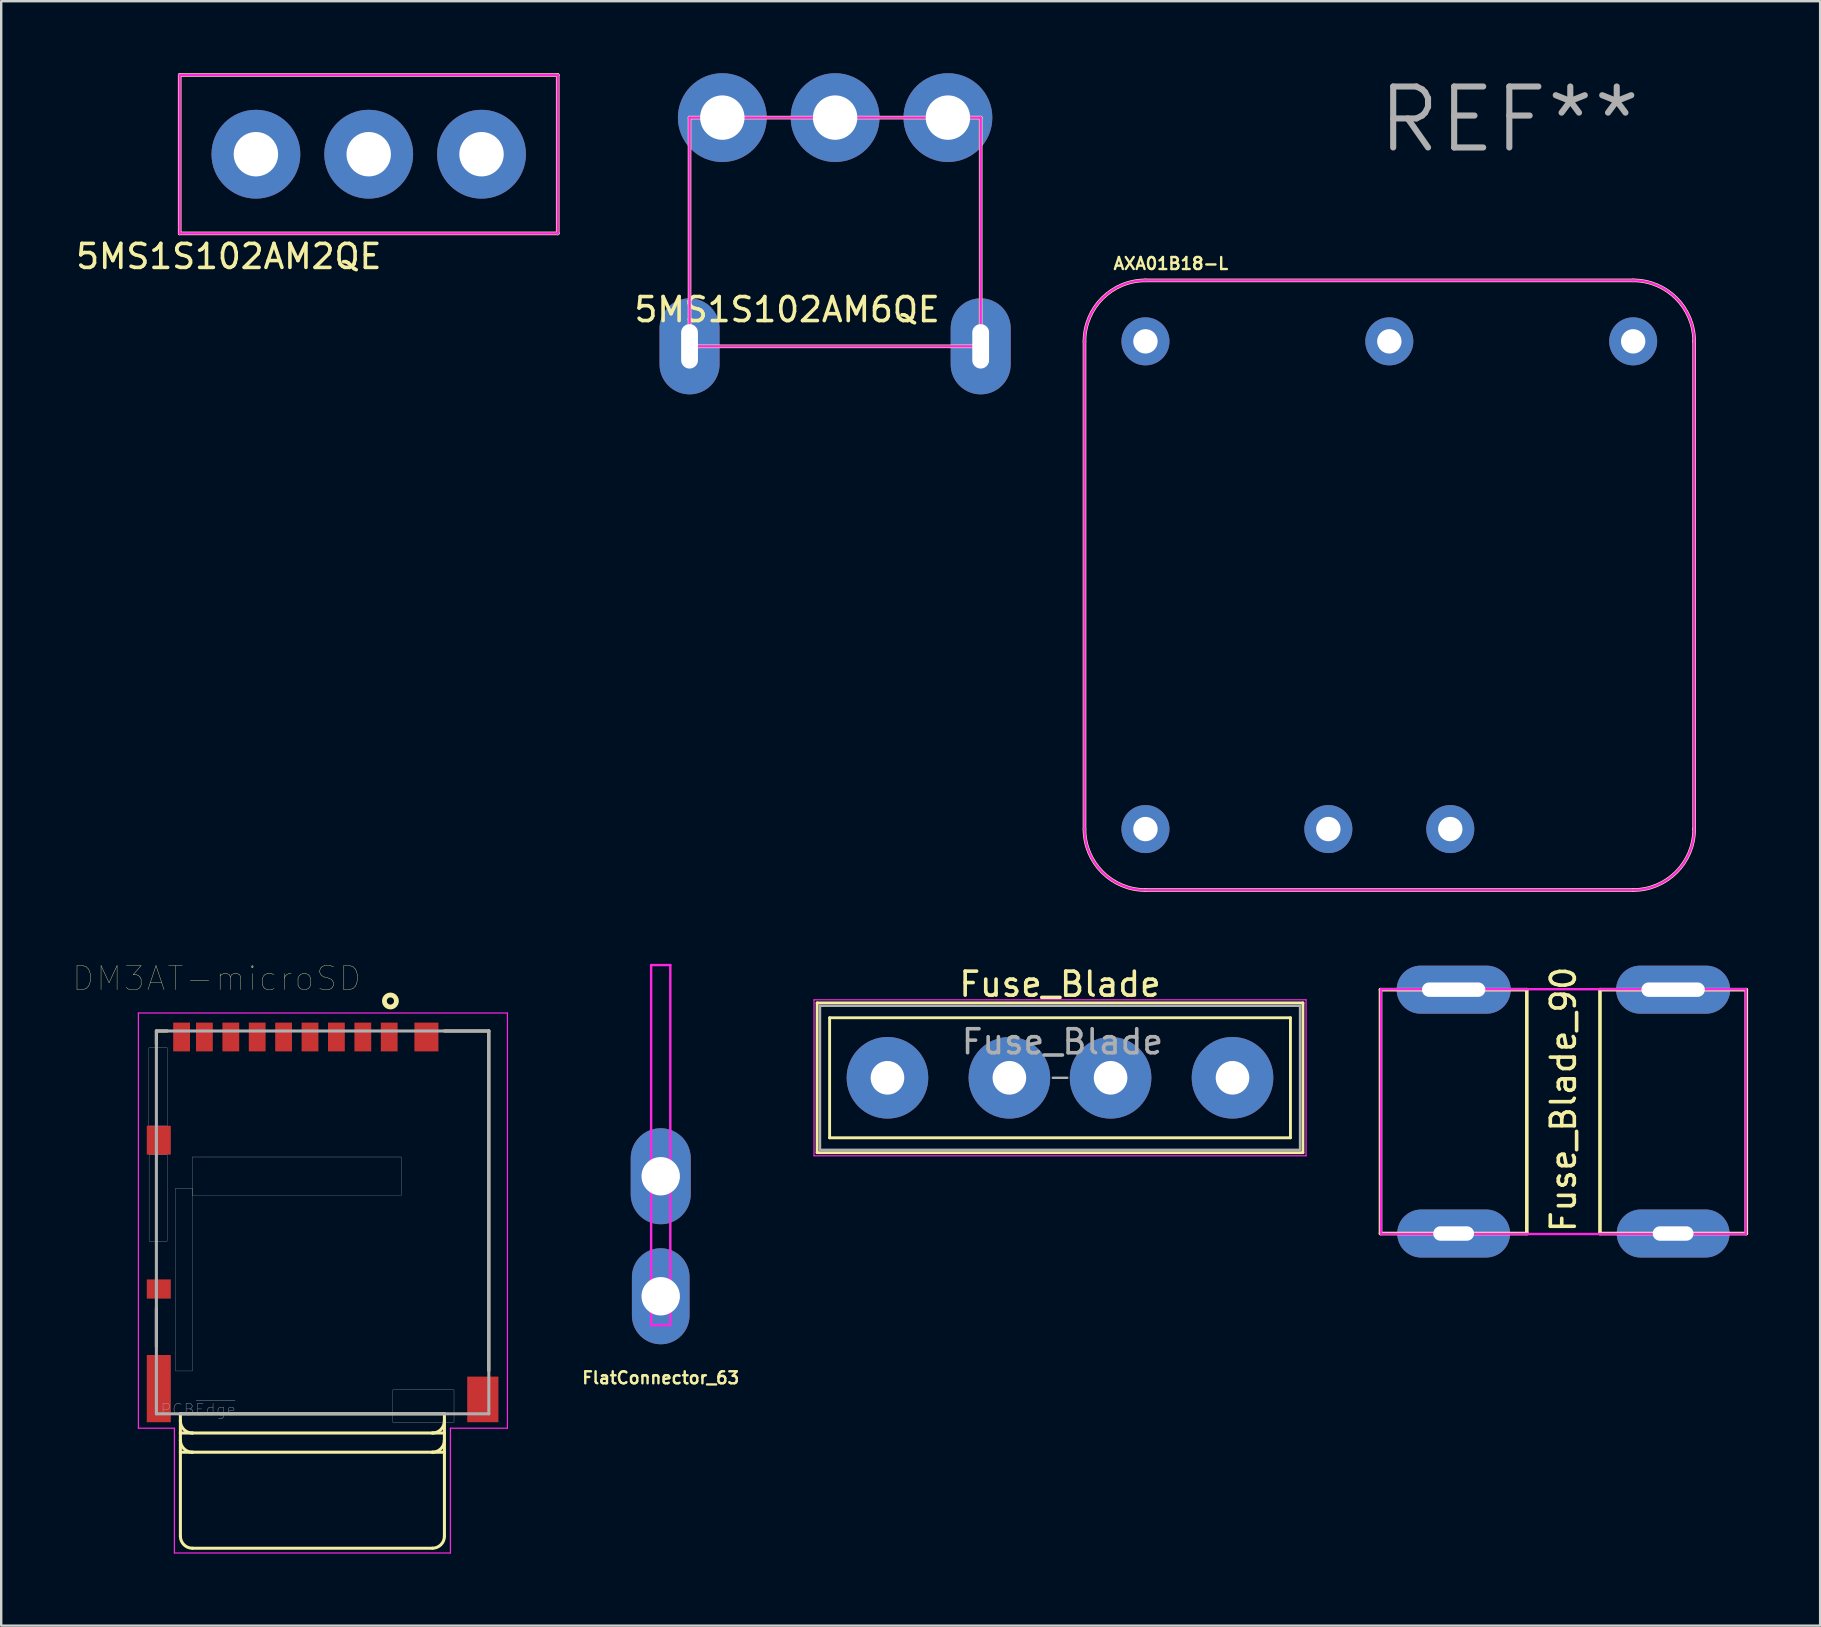
<source format=kicad_pcb>
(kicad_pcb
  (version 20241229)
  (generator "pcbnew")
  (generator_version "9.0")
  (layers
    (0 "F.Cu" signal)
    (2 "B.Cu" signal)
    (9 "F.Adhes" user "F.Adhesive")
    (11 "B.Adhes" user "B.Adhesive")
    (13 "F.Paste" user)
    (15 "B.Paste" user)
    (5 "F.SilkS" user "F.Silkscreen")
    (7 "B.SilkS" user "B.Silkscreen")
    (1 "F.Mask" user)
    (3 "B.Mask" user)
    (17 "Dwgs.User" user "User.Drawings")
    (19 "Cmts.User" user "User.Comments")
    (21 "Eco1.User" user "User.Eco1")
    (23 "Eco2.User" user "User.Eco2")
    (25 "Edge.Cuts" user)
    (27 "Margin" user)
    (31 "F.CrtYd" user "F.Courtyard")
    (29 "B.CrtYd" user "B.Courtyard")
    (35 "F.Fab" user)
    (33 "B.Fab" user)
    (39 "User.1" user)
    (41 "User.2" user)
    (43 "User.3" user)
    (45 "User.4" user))
  (footprint "5MS1S102AM6QE"
    (layer "F.Cu")
    (at 31.744 6.85)
    (property "Reference" "5MS1S102AM6QE" (at -2 3 0) (layer "F.SilkS") (effects (font (size 1 1) (thickness 0.15))))
    (attr through_hole)
    (fp_line (start -6.065 -5) (end -6.065 4.53) (stroke (width 0.15) (type solid)) (layer "F.SilkS"))
    (fp_line (start -6.065 -5) (end 6.065 -5) (stroke (width 0.15) (type solid)) (layer "F.SilkS"))
    (fp_line (start -6.065 4.53) (end 6.065 4.53) (stroke (width 0.15) (type solid)) (layer "F.SilkS"))
    (fp_line (start 6.065 -5) (end 6.065 4.53) (stroke (width 0.15) (type solid)) (layer "F.SilkS"))
    (fp_line (start -6.065 -5) (end -6.065 4.53) (stroke (width 0.1) (type solid)) (layer "F.CrtYd"))
    (fp_line (start -6.065 -5) (end 6.065 -5) (stroke (width 0.1) (type solid)) (layer "F.CrtYd"))
    (fp_line (start -6.065 4.53) (end 6.065 4.53) (stroke (width 0.1) (type solid)) (layer "F.CrtYd"))
    (fp_line (start 6.065 -5) (end 6.065 4.53) (stroke (width 0.1) (type solid)) (layer "F.CrtYd"))
    (pad "0" thru_hole oval (at -6.065 4.53) (size 2.5 4) (drill oval 0.7 1.85) (layers "*.Cu" "*.Mask"))
    (pad "0" thru_hole oval (at 6.065 4.53) (size 2.5 4) (drill oval 0.7 1.85) (layers "*.Cu" "*.Mask"))
    (pad "1" thru_hole circle (at 4.7 -5) (size 3.7 3.7) (drill 1.85) (layers "*.Cu" "*.Mask"))
    (pad "2" thru_hole circle (at 0 -5) (size 3.7 3.7) (drill 1.85) (layers "*.Cu" "*.Mask"))
    (pad "3" thru_hole circle (at -4.7 -5) (size 3.7 3.7) (drill 1.85) (layers "*.Cu" "*.Mask")))
  (footprint "AXA01B18-L"
    (layer "F.Cu")
    (at 54.834 21.332)
    (property "Reference" "AXA01B18-L" (at -9.1 -13.4 0) (layer "F.SilkS") (effects (font (size 0.5 0.5) (thickness 0.1))))
    (attr through_hole)
    (fp_line (start -12.7 -10.16) (end -12.7 10.16) (stroke (width 0.15) (type solid)) (layer "F.SilkS"))
    (fp_line (start -10.16 12.7) (end 10.16 12.7) (stroke (width 0.15) (type solid)) (layer "F.SilkS"))
    (fp_line (start 10.16 -12.7) (end -10.16 -12.7) (stroke (width 0.15) (type solid)) (layer "F.SilkS"))
    (fp_line (start 12.7 10.16) (end 12.7 -10.16) (stroke (width 0.15) (type solid)) (layer "F.SilkS"))
    (fp_arc (start -12.7 -10.16) (mid -11.956051 -11.956051) (end -10.16 -12.7) (stroke (width 0.15) (type solid)) (layer "F.SilkS"))
    (fp_arc (start -10.16 12.7) (mid -11.956051 11.956051) (end -12.7 10.16) (stroke (width 0.15) (type solid)) (layer "F.SilkS"))
    (fp_arc (start 10.16 -12.7) (mid 11.956051 -11.956051) (end 12.7 -10.16) (stroke (width 0.15) (type solid)) (layer "F.SilkS"))
    (fp_arc (start 12.7 10.16) (mid 11.956051 11.956051) (end 10.16 12.7) (stroke (width 0.15) (type solid)) (layer "F.SilkS"))
    (fp_line (start -12.7 -10.16) (end -12.7 10.16) (stroke (width 0.1) (type solid)) (layer "F.CrtYd"))
    (fp_line (start -10.16 12.7) (end 10.16 12.7) (stroke (width 0.1) (type solid)) (layer "F.CrtYd"))
    (fp_line (start 10.16 -12.7) (end -10.16 -12.7) (stroke (width 0.1) (type solid)) (layer "F.CrtYd"))
    (fp_line (start 12.7 10.16) (end 12.7 -10.16) (stroke (width 0.1) (type solid)) (layer "F.CrtYd"))
    (fp_arc (start -12.7 -10.16) (mid -11.956051 -11.956051) (end -10.16 -12.7) (stroke (width 0.1) (type solid)) (layer "F.CrtYd"))
    (fp_arc (start -10.16 12.7) (mid -11.956051 11.956051) (end -12.7 10.16) (stroke (width 0.1) (type solid)) (layer "F.CrtYd"))
    (fp_arc (start 10.16 -12.7) (mid 11.956051 -11.956051) (end 12.7 -10.16) (stroke (width 0.1) (type solid)) (layer "F.CrtYd"))
    (fp_arc (start 12.7 10.16) (mid 11.956051 11.956051) (end 10.16 12.7) (stroke (width 0.1) (type solid)) (layer "F.CrtYd"))
    (fp_text user "REF**" (at 5 -19.4 0) (layer "F.Fab") (effects (font (size 2.54 2.54) (thickness 0.254))))
    (pad "1" thru_hole circle (at 2.54 10.16) (size 2 2) (drill 1.016) (layers "*.Cu" "*.Mask"))
    (pad "2" thru_hole circle (at -2.54 10.16) (size 2 2) (drill 1.016) (layers "*.Cu" "*.Mask"))
    (pad "3" thru_hole circle (at 10.16 -10.16) (size 2 2) (drill 1.016) (layers "*.Cu" "*.Mask"))
    (pad "4" thru_hole circle (at 0 -10.16) (size 2 2) (drill 1.016) (layers "*.Cu" "*.Mask"))
    (pad "5" thru_hole circle (at -10.16 -10.16) (size 2 2) (drill 1.016) (layers "*.Cu" "*.Mask"))
    (pad "6" thru_hole circle (at -10.16 10.16) (size 2 2) (drill 1.016) (layers "*.Cu" "*.Mask")))
  (footprint "DM3AT-microSD"
    (layer "F.Cu")
    (at 9.966 40.155)
    (property "Reference" "DM3AT-microSD" (at -3.987 -2.436 0) (layer "F.SilkS") (effects (font (size 1.002 1.002) (thickness 0.015))))
    (attr through_hole)
    (fp_line (start -6.5 -0.25) (end -6.5 0.3) (stroke (width 0.127) (type solid)) (layer "F.SilkS"))
    (fp_line (start -6.5 12.9) (end -6.5 11.3) (stroke (width 0.127) (type solid)) (layer "F.SilkS"))
    (fp_line (start -6.05 -0.25) (end -6.5 -0.25) (stroke (width 0.127) (type solid)) (layer "F.SilkS"))
    (fp_line (start -5.5 15.7) (end -5.5 16) (stroke (width 0.127) (type solid)) (layer "F.SilkS"))
    (fp_line (start -5.5 15.7) (end 5.5 15.7) (stroke (width 0.127) (type solid)) (layer "F.SilkS"))
    (fp_line (start -5.5 16.5) (end -5.5 16) (stroke (width 0.127) (type solid)) (layer "F.SilkS"))
    (fp_line (start -5.5 16.5) (end -5.5 16.8) (stroke (width 0.127) (type solid)) (layer "F.SilkS"))
    (fp_line (start -5.5 17.3) (end -5.5 16.8) (stroke (width 0.127) (type solid)) (layer "F.SilkS"))
    (fp_line (start -5.5 17.3) (end -5.5 20.8) (stroke (width 0.127) (type solid)) (layer "F.SilkS"))
    (fp_line (start -5 16.5) (end -5.5 16.5) (stroke (width 0.127) (type solid)) (layer "F.SilkS"))
    (fp_line (start -5 17.3) (end -5.5 17.3) (stroke (width 0.127) (type solid)) (layer "F.SilkS"))
    (fp_line (start 5 16.5) (end -5 16.5) (stroke (width 0.127) (type solid)) (layer "F.SilkS"))
    (fp_line (start 5 17.3) (end -5 17.3) (stroke (width 0.127) (type solid)) (layer "F.SilkS"))
    (fp_line (start 5 21.3) (end -5 21.3) (stroke (width 0.127) (type solid)) (layer "F.SilkS"))
    (fp_line (start 5.5 -0.25) (end 7.35 -0.25) (stroke (width 0.127) (type solid)) (layer "F.SilkS"))
    (fp_line (start 5.5 15.7) (end 5.5 16) (stroke (width 0.127) (type solid)) (layer "F.SilkS"))
    (fp_line (start 5.5 16) (end 5.5 16.5) (stroke (width 0.127) (type solid)) (layer "F.SilkS"))
    (fp_line (start 5.5 16.5) (end 5 16.5) (stroke (width 0.127) (type solid)) (layer "F.SilkS"))
    (fp_line (start 5.5 16.5) (end 5.5 16.8) (stroke (width 0.127) (type solid)) (layer "F.SilkS"))
    (fp_line (start 5.5 16.8) (end 5.5 17.3) (stroke (width 0.127) (type solid)) (layer "F.SilkS"))
    (fp_line (start 5.5 17.3) (end 5 17.3) (stroke (width 0.127) (type solid)) (layer "F.SilkS"))
    (fp_line (start 5.5 17.3) (end 5.5 20.8) (stroke (width 0.127) (type solid)) (layer "F.SilkS"))
    (fp_line (start 7.35 -0.25) (end 7.35 13.9) (stroke (width 0.127) (type solid)) (layer "F.SilkS"))
    (fp_arc (start -5 16.5) (mid -5.353553 16.353553) (end -5.5 16) (stroke (width 0.127) (type solid)) (layer "F.SilkS"))
    (fp_arc (start -5 17.3) (mid -5.353553 17.153553) (end -5.5 16.8) (stroke (width 0.127) (type solid)) (layer "F.SilkS"))
    (fp_arc (start -5 21.3) (mid -5.353553 21.153553) (end -5.5 20.8) (stroke (width 0.127) (type solid)) (layer "F.SilkS"))
    (fp_arc (start 5.5 16) (mid 5.353553 16.353553) (end 5 16.5) (stroke (width 0.127) (type solid)) (layer "F.SilkS"))
    (fp_arc (start 5.5 16.8) (mid 5.353553 17.153553) (end 5 17.3) (stroke (width 0.127) (type solid)) (layer "F.SilkS"))
    (fp_arc (start 5.5 20.8) (mid 5.353553 21.153553) (end 5 21.3) (stroke (width 0.127) (type solid)) (layer "F.SilkS"))
    (fp_circle (center 3.25 -1.5) (end 3.5 -1.5) (stroke (width 0.2) (type solid)) (fill no) (layer "F.SilkS"))
    (fp_poly (pts (xy -6.813 0.45) (xy -6.05 0.45) (xy -6.05 3.707) (xy -6.813 3.707)) (stroke (width 0.01) (type solid)) (fill no) (layer "Dwgs.User"))
    (fp_poly (pts (xy -6.804 4.9) (xy -6.05 4.9) (xy -6.05 8.505) (xy -6.804 8.505)) (stroke (width 0.01) (type solid)) (fill no) (layer "Dwgs.User"))
    (fp_poly (pts (xy -5.706 6.3) (xy -5 6.3) (xy -5 13.915) (xy -5.706 13.915)) (stroke (width 0.01) (type solid)) (fill no) (layer "Dwgs.User"))
    (fp_poly (pts (xy -5.003 5) (xy 3.7 5) (xy 3.7 6.604) (xy -5.003 6.604)) (stroke (width 0.01) (type solid)) (fill no) (layer "Dwgs.User"))
    (fp_poly (pts (xy 3.352 14.7) (xy 5.9 14.7) (xy 5.9 16.057) (xy 3.352 16.057)) (stroke (width 0.01) (type solid)) (fill no) (layer "Dwgs.User"))
    (fp_line (start -7.25 -1) (end 8.125 -1) (stroke (width 0.05) (type solid)) (layer "F.CrtYd"))
    (fp_line (start -7.25 16.3) (end -7.25 -1) (stroke (width 0.05) (type solid)) (layer "F.CrtYd"))
    (fp_line (start -5.75 16.3) (end -7.25 16.3) (stroke (width 0.05) (type solid)) (layer "F.CrtYd"))
    (fp_line (start -5.75 21.5) (end -5.75 16.3) (stroke (width 0.05) (type solid)) (layer "F.CrtYd"))
    (fp_line (start 5.75 16.3) (end 5.75 21.5) (stroke (width 0.05) (type solid)) (layer "F.CrtYd"))
    (fp_line (start 5.75 21.5) (end -5.75 21.5) (stroke (width 0.05) (type solid)) (layer "F.CrtYd"))
    (fp_line (start 8.125 -1) (end 8.125 16.3) (stroke (width 0.05) (type solid)) (layer "F.CrtYd"))
    (fp_line (start 8.125 16.3) (end 5.75 16.3) (stroke (width 0.05) (type solid)) (layer "F.CrtYd"))
    (fp_line (start -6.5 -0.25) (end 7.35 -0.25) (stroke (width 0.127) (type solid)) (layer "F.Fab"))
    (fp_line (start -6.5 15.7) (end -6.5 -0.25) (stroke (width 0.127) (type solid)) (layer "F.Fab"))
    (fp_line (start 7.35 -0.25) (end 7.35 15.7) (stroke (width 0.127) (type solid)) (layer "F.Fab"))
    (fp_line (start 7.35 15.7) (end -6.5 15.7) (stroke (width 0.127) (type solid)) (layer "F.Fab"))
    (fp_text user "PCB~{Edge}" (at -4.758 15.525 0) (layer "F.Fab") (effects (font (size 0.481 0.481) (thickness 0.015))))
    (pad "1" smd rect (at 3.2 0) (size 0.7 1.2) (layers "F.Cu" "F.Mask" "F.Paste"))
    (pad "2" smd rect (at 2.1 0) (size 0.7 1.2) (layers "F.Cu" "F.Mask" "F.Paste"))
    (pad "3" smd rect (at 1 0) (size 0.7 1.2) (layers "F.Cu" "F.Mask" "F.Paste"))
    (pad "4" smd rect (at -0.1 0) (size 0.7 1.2) (layers "F.Cu" "F.Mask" "F.Paste"))
    (pad "5" smd rect (at -1.2 0) (size 0.7 1.2) (layers "F.Cu" "F.Mask" "F.Paste"))
    (pad "6" smd rect (at -2.3 0) (size 0.7 1.2) (layers "F.Cu" "F.Mask" "F.Paste"))
    (pad "7" smd rect (at -3.4 0) (size 0.7 1.2) (layers "F.Cu" "F.Mask" "F.Paste"))
    (pad "8" smd rect (at -4.5 0) (size 0.7 1.2) (layers "F.Cu" "F.Mask" "F.Paste"))
    (pad "P1" smd rect (at -6.4 4.3) (size 1 1.2) (layers "F.Cu" "F.Mask" "F.Paste"))
    (pad "P2" smd rect (at -6.4 14.65) (size 1 2.8) (layers "F.Cu" "F.Mask" "F.Paste"))
    (pad "P3" smd rect (at 7.1 15.1) (size 1.3 1.9) (layers "F.Cu" "F.Mask" "F.Paste"))
    (pad "P4" smd rect (at 4.75 0) (size 1 1.2) (layers "F.Cu" "F.Mask" "F.Paste"))
    (pad "SWA" smd rect (at -6.4 10.5) (size 1 0.8) (layers "F.Cu" "F.Mask" "F.Paste"))
    (pad "SWB" smd rect (at -5.45 0) (size 0.7 1.2) (layers "F.Cu" "F.Mask" "F.Paste")))
  (footprint "Fuse_Blade_90"
    (layer "F.Cu")
    (at 62.087 43.263)
    (property "Reference" "Fuse_Blade_90" (at 0 -0.508 90) (layer "F.SilkS") (effects (font (size 1 1) (thickness 0.15))))
    (attr through_hole)
    (fp_line (start -7.622 -5.08) (end -1.522 -5.08) (stroke (width 0.15) (type solid)) (layer "F.SilkS"))
    (fp_line (start -7.622 5.08) (end -1.522 5.08) (stroke (width 0.15) (type solid)) (layer "F.SilkS"))
    (fp_line (start -7.62 5.08) (end -7.62 -5.08) (stroke (width 0.15) (type solid)) (layer "F.SilkS"))
    (fp_line (start -1.524 -5.08) (end -1.524 5.08) (stroke (width 0.15) (type solid)) (layer "F.SilkS"))
    (fp_line (start 1.522 -5.08) (end 7.622 -5.08) (stroke (width 0.15) (type solid)) (layer "F.SilkS"))
    (fp_line (start 1.522 5.08) (end 7.622 5.08) (stroke (width 0.15) (type solid)) (layer "F.SilkS"))
    (fp_line (start 1.524 5.08) (end 1.524 -5.08) (stroke (width 0.15) (type solid)) (layer "F.SilkS"))
    (fp_line (start 7.62 -5.08) (end 7.62 5.08) (stroke (width 0.15) (type solid)) (layer "F.SilkS"))
    (fp_line (start -7.6 -5.1) (end 7.6 -5.1) (stroke (width 0.1) (type solid)) (layer "F.CrtYd"))
    (fp_line (start -7.6 5.1) (end -7.6 -5.1) (stroke (width 0.1) (type solid)) (layer "F.CrtYd"))
    (fp_line (start 7.6 -5.1) (end 7.6 5.1) (stroke (width 0.1) (type solid)) (layer "F.CrtYd"))
    (fp_line (start 7.6 5.1) (end -7.6 5.1) (stroke (width 0.1) (type solid)) (layer "F.CrtYd"))
    (pad "1" thru_hole oval (at -4.572 -5.08) (size 4.75 2) (drill oval 2.64 0.6) (layers "*.Cu" "*.Mask"))
    (pad "1" thru_hole oval (at -4.572 5.08) (size 4.7 2) (drill oval 1.7 0.6) (layers "*.Cu" "*.Mask"))
    (pad "2" thru_hole oval (at 4.572 -5.08) (size 4.75 2) (drill oval 2.64 0.6) (layers "*.Cu" "*.Mask"))
    (pad "2" thru_hole oval (at 4.572 5.08) (size 4.7 2) (drill oval 1.7 0.6) (layers "*.Cu" "*.Mask")))
  (footprint "FlatConnector_63"
    (layer "F.Cu")
    (at 24.478 45.957)
    (property "Reference" "FlatConnector_63" (at 0 8.4 180) (layer "F.SilkS") (effects (font (size 0.5 0.5) (thickness 0.1))))
    (attr through_hole)
    (fp_line (start -0.4 -8.8) (end -0.4 6.2) (stroke (width 0.1) (type solid)) (layer "F.CrtYd"))
    (fp_line (start -0.4 6.2) (end 0.4 6.2) (stroke (width 0.1) (type solid)) (layer "F.CrtYd"))
    (fp_line (start 0.4 -8.8) (end -0.4 -8.8) (stroke (width 0.1) (type solid)) (layer "F.CrtYd"))
    (fp_line (start 0.4 6.2) (end 0.4 -8.8) (stroke (width 0.1) (type solid)) (layer "F.CrtYd"))
    (pad "1" thru_hole oval (at 0 0) (size 2.5 4) (drill 1.6) (layers "*.Cu" "*.Mask"))
    (pad "1" thru_hole oval (at 0 5) (size 2.4 4) (drill 1.6) (layers "*.Cu" "*.Mask")))
  (footprint "5MS1S102AM2QE"
    (layer "F.Cu")
    (at 12.312 3.375)
    (property "Reference" "5MS1S102AM2QE" (at -5.83 4.26 0) (layer "F.SilkS") (effects (font (size 1 1) (thickness 0.15))))
    (attr through_hole)
    (fp_line (start -7.875 -3.3) (end 7.875 -3.3) (stroke (width 0.15) (type solid)) (layer "F.SilkS"))
    (fp_line (start -7.875 3.3) (end -7.875 -3.3) (stroke (width 0.15) (type solid)) (layer "F.SilkS"))
    (fp_line (start -7.875 3.3) (end 7.875 3.3) (stroke (width 0.15) (type solid)) (layer "F.SilkS"))
    (fp_line (start 7.875 3.3) (end 7.875 -3.3) (stroke (width 0.15) (type solid)) (layer "F.SilkS"))
    (fp_line (start -7.875 -3.3) (end 7.875 -3.3) (stroke (width 0.1) (type solid)) (layer "F.CrtYd"))
    (fp_line (start -7.875 3.3) (end -7.875 -3.3) (stroke (width 0.1) (type solid)) (layer "F.CrtYd"))
    (fp_line (start -7.875 3.3) (end 7.875 3.3) (stroke (width 0.1) (type solid)) (layer "F.CrtYd"))
    (fp_line (start 7.875 3.3) (end 7.875 -3.3) (stroke (width 0.1) (type solid)) (layer "F.CrtYd"))
    (pad "1" thru_hole circle (at -4.7 0) (size 3.7 3.7) (drill 1.85) (layers "*.Cu" "*.Mask"))
    (pad "2" thru_hole circle (at 0 0) (size 3.7 3.7) (drill 1.85) (layers "*.Cu" "*.Mask"))
    (pad "3" thru_hole circle (at 4.7 0) (size 3.7 3.7) (drill 1.85) (layers "*.Cu" "*.Mask")))
  (footprint "Fuse_Blade"
    (layer "F.Cu")
    (at 36.465 41.855)
    (property "Reference" "Fuse_Blade" (at 4.65 -3.9 0) (layer "F.SilkS") (effects (font (size 1 1) (thickness 0.15))))
    (attr through_hole)
    (fp_line (start -5.47 -3.12) (end -5.47 3.12) (stroke (width 0.12) (type solid)) (layer "F.SilkS"))
    (fp_line (start -5.47 -3.12) (end 14.77 -3.12) (stroke (width 0.12) (type solid)) (layer "F.SilkS"))
    (fp_line (start -4.95 -2.5) (end 14.25 -2.5) (stroke (width 0.12) (type solid)) (layer "F.SilkS"))
    (fp_line (start -4.95 2.5) (end -4.95 -2.5) (stroke (width 0.12) (type solid)) (layer "F.SilkS"))
    (fp_line (start 14.25 -2.5) (end 14.25 2.5) (stroke (width 0.12) (type solid)) (layer "F.SilkS"))
    (fp_line (start 14.25 2.5) (end -4.95 2.5) (stroke (width 0.12) (type solid)) (layer "F.SilkS"))
    (fp_line (start 14.77 3.12) (end -5.47 3.12) (stroke (width 0.12) (type solid)) (layer "F.SilkS"))
    (fp_line (start 14.77 3.12) (end 14.77 -3.12) (stroke (width 0.12) (type solid)) (layer "F.SilkS"))
    (fp_line (start -5.6 -3.25) (end -5.6 3.25) (stroke (width 0.05) (type solid)) (layer "F.CrtYd"))
    (fp_line (start -5.6 -3.25) (end 14.9 -3.25) (stroke (width 0.05) (type solid)) (layer "F.CrtYd"))
    (fp_line (start 14.9 3.25) (end -5.6 3.25) (stroke (width 0.05) (type solid)) (layer "F.CrtYd"))
    (fp_line (start 14.9 3.25) (end 14.9 -3.25) (stroke (width 0.05) (type solid)) (layer "F.CrtYd"))
    (fp_line (start -5.35 -3) (end 14.65 -3) (stroke (width 0.1) (type solid)) (layer "F.Fab"))
    (fp_line (start -5.35 3) (end -5.35 -3) (stroke (width 0.1) (type solid)) (layer "F.Fab"))
    (fp_line (start 4.95 0) (end 4.35 0) (stroke (width 0.1) (type solid)) (layer "F.Fab"))
    (fp_line (start 14.65 -3) (end 14.65 3) (stroke (width 0.1) (type solid)) (layer "F.Fab"))
    (fp_line (start 14.65 3) (end -5.35 3) (stroke (width 0.1) (type solid)) (layer "F.Fab"))
    (fp_text user "${REFERENCE}" (at 4.75 -1.5 0) (layer "F.Fab") (effects (font (size 1 1) (thickness 0.15))))
    (pad "1" thru_hole circle (at -2.54 0) (size 3.4 3.4) (drill oval 1.4) (layers "*.Cu" "*.Mask"))
    (pad "1" thru_hole circle (at 2.54 0) (size 3.4 3.4) (drill oval 1.4) (layers "*.Cu" "*.Mask"))
    (pad "2" thru_hole circle (at 6.756 0) (size 3.4 3.4) (drill oval 1.4) (layers "*.Cu" "*.Mask"))
    (pad "2" thru_hole circle (at 11.836 0) (size 3.4 3.4) (drill oval 1.4) (layers "*.Cu" "*.Mask")))
  (gr_rect
    (start -3 -3)
    (end 72.784 64.68)
    (stroke (width 0.1) (type default))
    (fill no)
    (layer "Edge.Cuts")))
</source>
